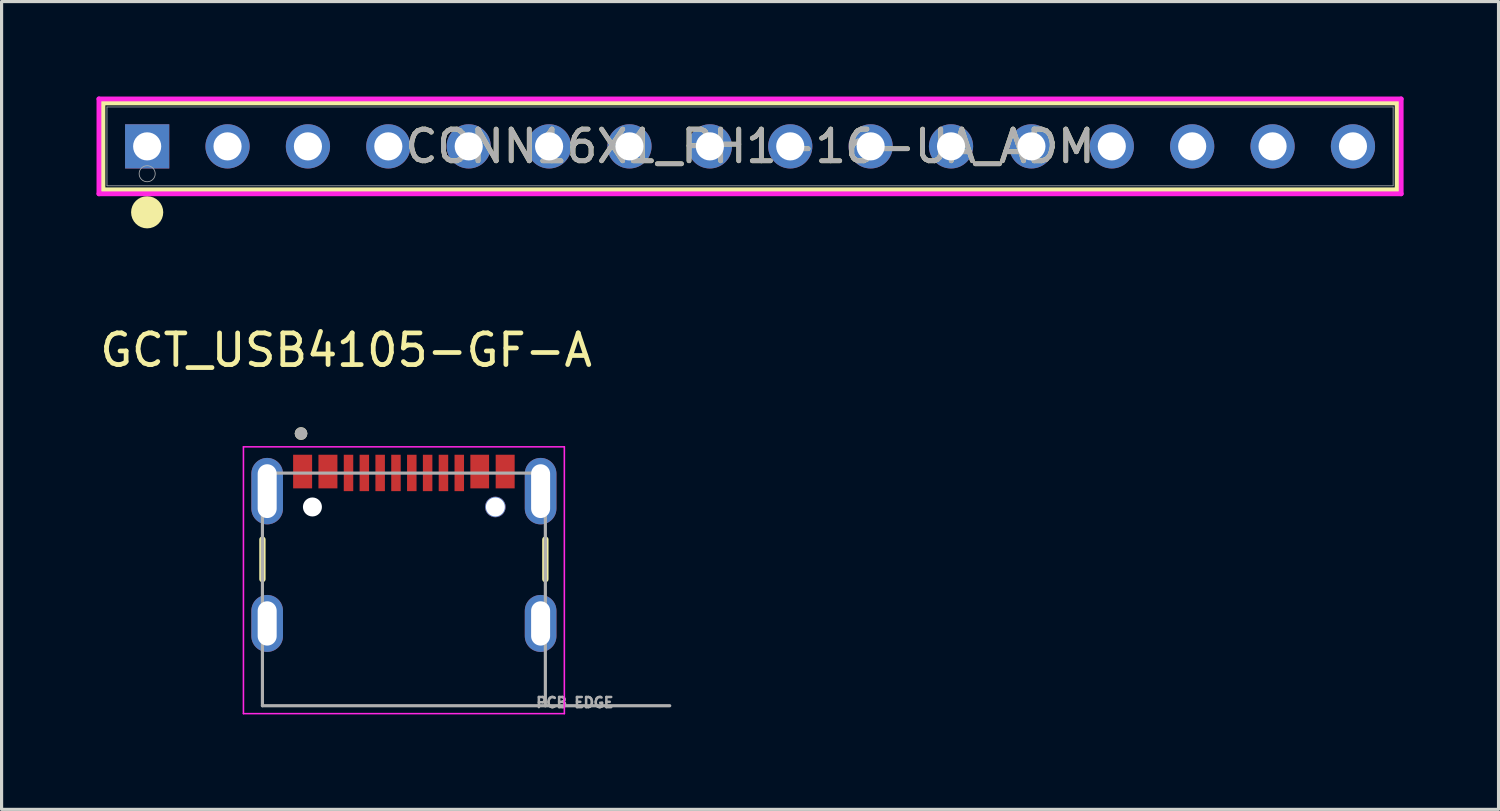
<source format=kicad_pcb>
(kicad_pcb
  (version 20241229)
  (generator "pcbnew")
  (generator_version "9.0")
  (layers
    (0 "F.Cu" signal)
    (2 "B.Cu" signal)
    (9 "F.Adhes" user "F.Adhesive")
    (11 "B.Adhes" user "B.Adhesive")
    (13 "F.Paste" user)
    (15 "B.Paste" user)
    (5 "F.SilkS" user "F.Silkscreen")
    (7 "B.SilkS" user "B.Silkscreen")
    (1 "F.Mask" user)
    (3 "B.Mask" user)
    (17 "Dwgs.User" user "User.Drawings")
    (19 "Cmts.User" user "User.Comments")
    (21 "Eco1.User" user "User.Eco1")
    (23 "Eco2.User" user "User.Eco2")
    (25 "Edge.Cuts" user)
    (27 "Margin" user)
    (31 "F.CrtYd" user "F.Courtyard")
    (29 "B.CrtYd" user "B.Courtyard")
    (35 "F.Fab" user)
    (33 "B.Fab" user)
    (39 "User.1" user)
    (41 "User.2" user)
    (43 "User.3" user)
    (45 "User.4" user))
  (footprint "GCT_USB4105-GF-A"
    (layer "F.Cu")
    (at 9.712 16.649)
    (property "Reference" "GCT_USB4105-GF-A" (at -1.825 -8.635 0) (layer "F.SilkS") (effects (font (size 1 1) (thickness 0.15))))
    (attr smd)
    (fp_poly (pts (xy -3.55 -5.38) (xy -2.85 -5.38) (xy -2.85 -4.232) (xy -3.55 -4.232)) (stroke (width 0.01) (type solid)) (fill yes) (layer "F.Mask"))
    (fp_poly (pts (xy -2.75 -5.38) (xy -2.05 -5.38) (xy -2.05 -4.232) (xy -2.75 -4.232)) (stroke (width 0.01) (type solid)) (fill yes) (layer "F.Mask"))
    (fp_poly (pts (xy -1.95 -5.38) (xy -1.55 -5.38) (xy -1.55 -4.13) (xy -1.95 -4.13)) (stroke (width 0.01) (type solid)) (fill yes) (layer "F.Mask"))
    (fp_poly (pts (xy -1.45 -5.38) (xy -1.05 -5.38) (xy -1.05 -4.13) (xy -1.45 -4.13)) (stroke (width 0.01) (type solid)) (fill yes) (layer "F.Mask"))
    (fp_poly (pts (xy -0.95 -5.38) (xy -0.55 -5.38) (xy -0.55 -4.13) (xy -0.95 -4.13)) (stroke (width 0.01) (type solid)) (fill yes) (layer "F.Mask"))
    (fp_poly (pts (xy -0.45 -5.38) (xy -0.05 -5.38) (xy -0.05 -4.13) (xy -0.45 -4.13)) (stroke (width 0.01) (type solid)) (fill yes) (layer "F.Mask"))
    (fp_poly (pts (xy 0.05 -5.38) (xy 0.45 -5.38) (xy 0.45 -4.13) (xy 0.05 -4.13)) (stroke (width 0.01) (type solid)) (fill yes) (layer "F.Mask"))
    (fp_poly (pts (xy 0.55 -5.38) (xy 0.95 -5.38) (xy 0.95 -4.13) (xy 0.55 -4.13)) (stroke (width 0.01) (type solid)) (fill yes) (layer "F.Mask"))
    (fp_poly (pts (xy 1.05 -5.38) (xy 1.45 -5.38) (xy 1.45 -4.13) (xy 1.05 -4.13)) (stroke (width 0.01) (type solid)) (fill yes) (layer "F.Mask"))
    (fp_poly (pts (xy 1.55 -5.38) (xy 1.95 -5.38) (xy 1.95 -4.13) (xy 1.55 -4.13)) (stroke (width 0.01) (type solid)) (fill yes) (layer "F.Mask"))
    (fp_poly (pts (xy 2.05 -5.38) (xy 2.75 -5.38) (xy 2.75 -4.232) (xy 2.05 -4.232)) (stroke (width 0.01) (type solid)) (fill yes) (layer "F.Mask"))
    (fp_poly (pts (xy 2.85 -5.38) (xy 3.55 -5.38) (xy 3.55 -4.232) (xy 2.85 -4.232)) (stroke (width 0.01) (type solid)) (fill yes) (layer "F.Mask"))
    (fp_line (start -4.47 -2.65) (end -4.47 -1.4) (stroke (width 0.2) (type solid)) (layer "F.SilkS"))
    (fp_line (start 4.47 -2.65) (end 4.47 -1.4) (stroke (width 0.2) (type solid)) (layer "F.SilkS"))
    (fp_circle (center -3.25 -6) (end -3.15 -6) (stroke (width 0.2) (type solid)) (fill no) (layer "F.SilkS"))
    (fp_line (start -5.07 -5.58) (end -5.07 2.85) (stroke (width 0.05) (type solid)) (layer "F.CrtYd"))
    (fp_line (start -5.07 2.85) (end 5.07 2.85) (stroke (width 0.05) (type solid)) (layer "F.CrtYd"))
    (fp_line (start 5.07 -5.58) (end -5.07 -5.58) (stroke (width 0.05) (type solid)) (layer "F.CrtYd"))
    (fp_line (start 5.07 2.85) (end 5.07 -5.58) (stroke (width 0.05) (type solid)) (layer "F.CrtYd"))
    (fp_line (start -4.47 -4.75) (end 4.47 -4.75) (stroke (width 0.1) (type solid)) (layer "F.Fab"))
    (fp_line (start -4.47 2.6) (end -4.47 -4.75) (stroke (width 0.1) (type solid)) (layer "F.Fab"))
    (fp_line (start 4.47 -4.75) (end 4.47 2.6) (stroke (width 0.1) (type solid)) (layer "F.Fab"))
    (fp_line (start 4.47 2.6) (end -4.47 2.6) (stroke (width 0.1) (type solid)) (layer "F.Fab"))
    (fp_line (start 4.47 2.6) (end 8.4 2.6) (stroke (width 0.1) (type solid)) (layer "F.Fab"))
    (fp_circle (center -3.25 -6) (end -3.15 -6) (stroke (width 0.2) (type solid)) (fill no) (layer "F.Fab"))
    (fp_text user "PCB EDGE" (at 5.4 2.5 0) (layer "F.Fab") (effects (font (size 0.32 0.32) (thickness 0.15))))
    (pad "" np_thru_hole circle (at -2.89 -3.68) (size 0.6 0.6) (drill 0.65) (layers "*.Cu" "*.Mask"))
    (pad "" np_thru_hole circle (at 2.89 -3.68) (size 0.65 0.65) (drill 0.6) (layers "*.Cu" "*.Mask"))
    (pad "A1_B12" smd rect (at -3.2 -4.799) (size 0.6 1.063) (layers "F.Cu" "F.Paste"))
    (pad "A4_B9" smd rect (at -2.4 -4.799) (size 0.6 1.063) (layers "F.Cu" "F.Paste"))
    (pad "A5" smd rect (at -1.25 -4.755) (size 0.3 1.15) (layers "F.Cu" "F.Paste"))
    (pad "A6" smd rect (at -0.25 -4.755) (size 0.3 1.15) (layers "F.Cu" "F.Paste"))
    (pad "A7" smd rect (at 0.25 -4.755) (size 0.3 1.15) (layers "F.Cu" "F.Paste"))
    (pad "A8" smd rect (at 1.25 -4.755) (size 0.3 1.15) (layers "F.Cu" "F.Paste"))
    (pad "B1_A12" smd rect (at 3.2 -4.799) (size 0.6 1.063) (layers "F.Cu" "F.Paste"))
    (pad "B4_A9" smd rect (at 2.396 -4.799) (size 0.592 1.063) (layers "F.Cu" "F.Paste"))
    (pad "B5" smd rect (at 1.75 -4.755) (size 0.3 1.15) (layers "F.Cu" "F.Paste"))
    (pad "B6" smd rect (at 0.75 -4.755) (size 0.3 1.15) (layers "F.Cu" "F.Paste"))
    (pad "B7" smd rect (at -0.75 -4.755) (size 0.3 1.15) (layers "F.Cu" "F.Paste"))
    (pad "B8" smd rect (at -1.75 -4.755) (size 0.3 1.15) (layers "F.Cu" "F.Paste"))
    (pad "SH1" thru_hole oval (at -4.32 -4.18) (size 1 2.1) (drill oval 0.6 1.7) (layers "*.Cu" "*.Mask"))
    (pad "SH2" thru_hole oval (at 4.32 -4.18) (size 1 2.1) (drill oval 0.6 1.7) (layers "*.Cu" "*.Mask"))
    (pad "SH3" thru_hole oval (at -4.32 0) (size 1 1.8) (drill oval 0.6 1.4) (layers "*.Cu" "*.Mask"))
    (pad "SH4" thru_hole oval (at 4.32 0) (size 1 1.8) (drill oval 0.6 1.4) (layers "*.Cu" "*.Mask")))
  (footprint "CONN16X1_PH1-16-UA_ADM"
    (layer "F.Cu")
    (at 1.6 1.575)
    (property "Reference" "CONN16X1_PH1-16-UA_ADM" (at 19.05 0 0) (unlocked yes) (layer "F.SilkS") (effects (font (size 1 1) (thickness 0.15))))
    (attr through_hole)
    (fp_line (start -1.397 -1.372) (end -1.397 1.372) (stroke (width 0.152) (type solid)) (layer "F.SilkS"))
    (fp_line (start -1.397 1.372) (end 39.497 1.372) (stroke (width 0.152) (type solid)) (layer "F.SilkS"))
    (fp_line (start 39.497 -1.372) (end -1.397 -1.372) (stroke (width 0.152) (type solid)) (layer "F.SilkS"))
    (fp_line (start 39.497 1.372) (end 39.497 -1.372) (stroke (width 0.152) (type solid)) (layer "F.SilkS"))
    (fp_circle (center 0 2.083) (end 0.254 2.083) (stroke (width 0.508) (type solid)) (fill no) (layer "F.SilkS"))
    (fp_line (start -1.524 -1.499) (end -1.524 1.499) (stroke (width 0.152) (type solid)) (layer "F.CrtYd"))
    (fp_line (start -1.524 1.499) (end 39.624 1.499) (stroke (width 0.152) (type solid)) (layer "F.CrtYd"))
    (fp_line (start 39.624 -1.499) (end -1.524 -1.499) (stroke (width 0.152) (type solid)) (layer "F.CrtYd"))
    (fp_line (start 39.624 1.499) (end 39.624 -1.499) (stroke (width 0.152) (type solid)) (layer "F.CrtYd"))
    (fp_line (start -1.27 -1.245) (end -1.27 1.245) (stroke (width 0.025) (type solid)) (layer "F.Fab"))
    (fp_line (start -1.27 1.245) (end 39.37 1.245) (stroke (width 0.025) (type solid)) (layer "F.Fab"))
    (fp_line (start 39.37 -1.245) (end -1.27 -1.245) (stroke (width 0.025) (type solid)) (layer "F.Fab"))
    (fp_line (start 39.37 1.245) (end 39.37 -1.245) (stroke (width 0.025) (type solid)) (layer "F.Fab"))
    (fp_circle (center 0 0.864) (end 0.254 0.864) (stroke (width 0.025) (type solid)) (fill no) (layer "F.Fab"))
    (fp_text user "${REFERENCE}" (at 19.05 0 0) (unlocked yes) (layer "F.Fab") (effects (font (size 1 1) (thickness 0.15))))
    (pad "1" thru_hole rect (at 0 0) (size 1.397 1.397) (drill 0.889) (layers "*.Cu" "*.Mask"))
    (pad "2" thru_hole circle (at 2.54 0) (size 1.397 1.397) (drill 0.889) (layers "*.Cu" "*.Mask"))
    (pad "3" thru_hole circle (at 5.08 0) (size 1.397 1.397) (drill 0.889) (layers "*.Cu" "*.Mask"))
    (pad "4" thru_hole circle (at 7.62 0) (size 1.397 1.397) (drill 0.889) (layers "*.Cu" "*.Mask"))
    (pad "5" thru_hole circle (at 10.16 0) (size 1.397 1.397) (drill 0.889) (layers "*.Cu" "*.Mask"))
    (pad "6" thru_hole circle (at 12.7 0) (size 1.397 1.397) (drill 0.889) (layers "*.Cu" "*.Mask"))
    (pad "7" thru_hole circle (at 15.24 0) (size 1.397 1.397) (drill 0.889) (layers "*.Cu" "*.Mask"))
    (pad "8" thru_hole circle (at 17.78 0) (size 1.397 1.397) (drill 0.889) (layers "*.Cu" "*.Mask"))
    (pad "9" thru_hole circle (at 20.32 0) (size 1.397 1.397) (drill 0.889) (layers "*.Cu" "*.Mask"))
    (pad "10" thru_hole circle (at 22.86 0) (size 1.397 1.397) (drill 0.889) (layers "*.Cu" "*.Mask"))
    (pad "11" thru_hole circle (at 25.4 0) (size 1.397 1.397) (drill 0.889) (layers "*.Cu" "*.Mask"))
    (pad "12" thru_hole circle (at 27.94 0) (size 1.397 1.397) (drill 0.889) (layers "*.Cu" "*.Mask"))
    (pad "13" thru_hole circle (at 30.48 0) (size 1.397 1.397) (drill 0.889) (layers "*.Cu" "*.Mask"))
    (pad "14" thru_hole circle (at 33.02 0) (size 1.397 1.397) (drill 0.889) (layers "*.Cu" "*.Mask"))
    (pad "15" thru_hole circle (at 35.56 0) (size 1.397 1.397) (drill 0.889) (layers "*.Cu" "*.Mask"))
    (pad "16" thru_hole circle (at 38.1 0) (size 1.397 1.397) (drill 0.889) (layers "*.Cu" "*.Mask")))
  (gr_rect
    (start -3 -3)
    (end 44.3 22.524)
    (stroke (width 0.1) (type default))
    (fill no)
    (layer "Edge.Cuts")))
</source>
